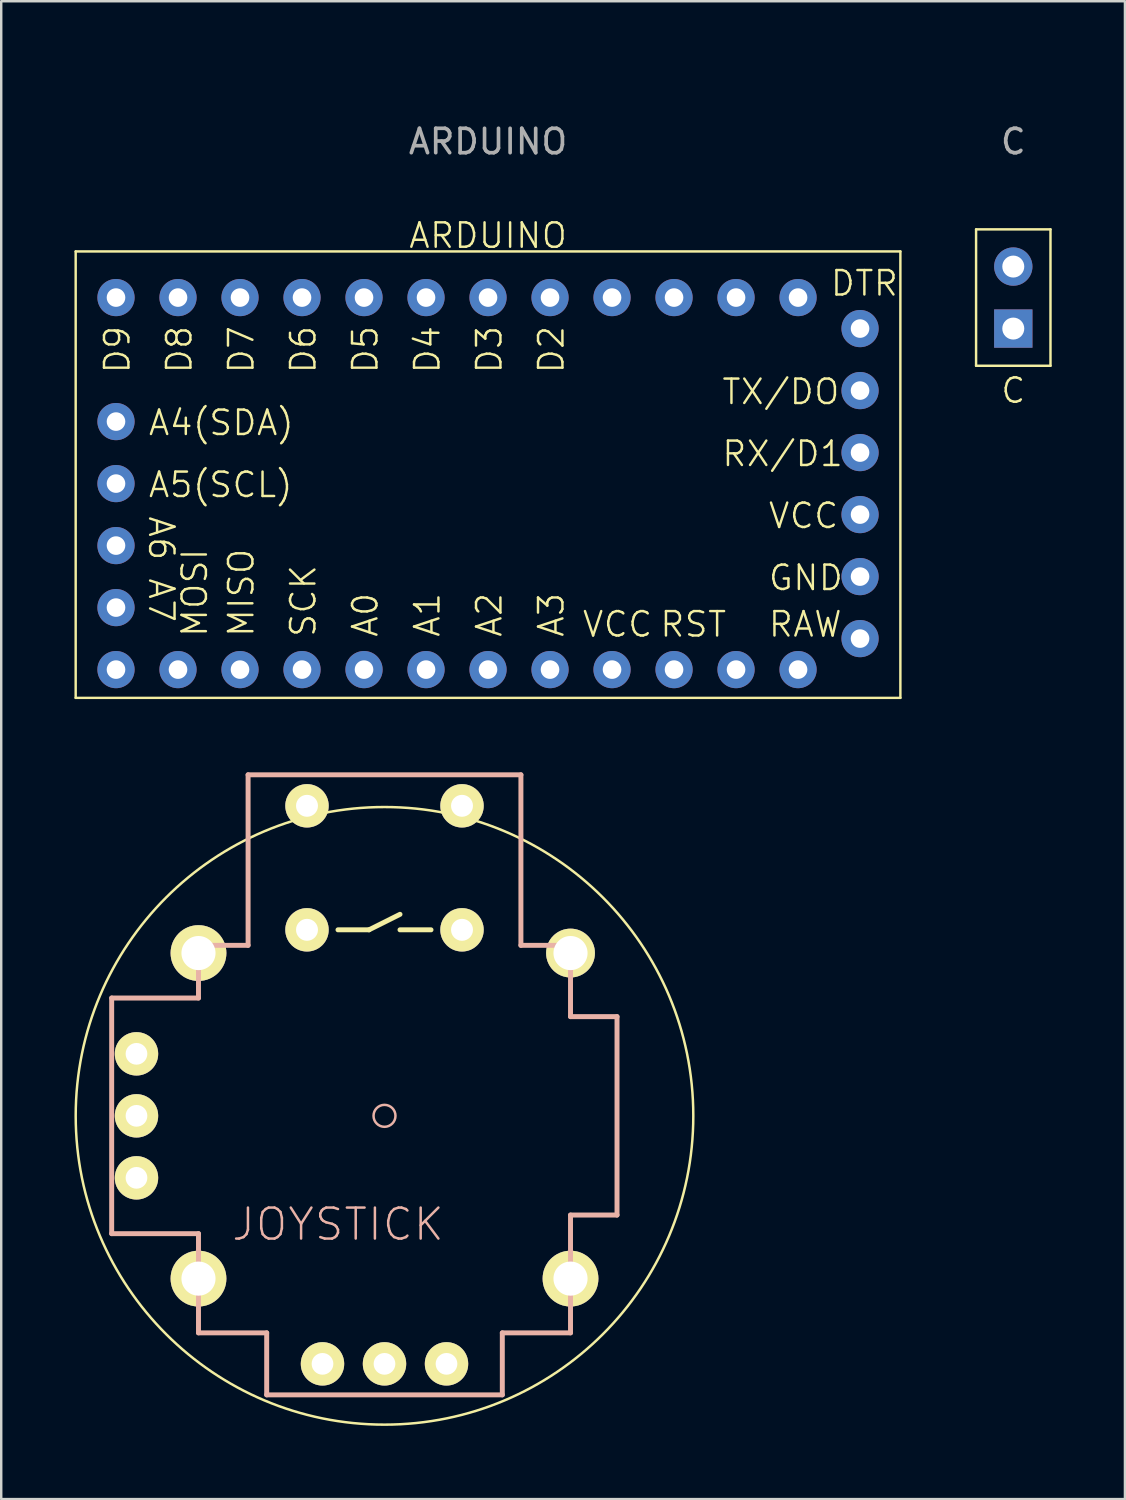
<source format=kicad_pcb>
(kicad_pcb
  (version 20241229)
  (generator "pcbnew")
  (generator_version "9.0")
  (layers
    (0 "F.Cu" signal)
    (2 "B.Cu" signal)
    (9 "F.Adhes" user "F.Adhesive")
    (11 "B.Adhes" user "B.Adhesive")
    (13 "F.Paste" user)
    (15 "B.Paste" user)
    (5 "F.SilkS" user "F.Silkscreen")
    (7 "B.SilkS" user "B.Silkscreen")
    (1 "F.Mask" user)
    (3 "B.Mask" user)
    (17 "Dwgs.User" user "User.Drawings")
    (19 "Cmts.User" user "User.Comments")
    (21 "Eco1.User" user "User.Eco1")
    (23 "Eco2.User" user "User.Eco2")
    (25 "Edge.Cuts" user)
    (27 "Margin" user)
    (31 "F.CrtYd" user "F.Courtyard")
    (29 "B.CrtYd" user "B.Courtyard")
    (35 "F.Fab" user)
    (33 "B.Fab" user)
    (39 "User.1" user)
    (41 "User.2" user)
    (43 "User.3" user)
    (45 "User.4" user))
  (footprint "ARDUINO"
    (layer "F.Cu")
    (at 16.942 0.25)
    (property "Reference" "ARDUINO" (at 0 6.35 0) (unlocked yes) (layer "F.SilkS") (effects (font (size 1 1) (thickness 0.1))))
    (attr through_hole)
    (fp_line (start -16.892 7) (end 16.892 7) (stroke (width 0.1) (type default)) (layer "F.SilkS"))
    (fp_line (start -16.892 25.288) (end -16.892 7) (stroke (width 0.1) (type default)) (layer "F.SilkS"))
    (fp_line (start 16.892 7) (end 16.892 25.288) (stroke (width 0.1) (type default)) (layer "F.SilkS"))
    (fp_line (start 16.892 25.288) (end -16.892 25.288) (stroke (width 0.1) (type default)) (layer "F.SilkS"))
    (fp_text user "TX/DO" (at 9.525 13.335 0) (unlocked yes) (layer "F.SilkS") (effects (font (size 1 1) (thickness 0.1)) (justify left bottom)))
    (fp_text user "D4" (at -1.905 12.065 90) (unlocked yes) (layer "F.SilkS") (effects (font (size 1 1) (thickness 0.1)) (justify left bottom)))
    (fp_text user "A4(SDA)" (at -13.97 14.605 0) (unlocked yes) (layer "F.SilkS") (effects (font (size 1 1) (thickness 0.1)) (justify left bottom)))
    (fp_text user "DTR" (at 13.97 8.89 0) (unlocked yes) (layer "F.SilkS") (effects (font (size 1 1) (thickness 0.1)) (justify left bottom)))
    (fp_text user "MOSI" (at -11.43 22.86 90) (unlocked yes) (layer "F.SilkS") (effects (font (size 1 1) (thickness 0.1)) (justify left bottom)))
    (fp_text user "A7" (at -13.97 20.32 270) (unlocked yes) (layer "F.SilkS") (effects (font (size 1 1) (thickness 0.1)) (justify left bottom)))
    (fp_text user "D5" (at -4.445 12.065 90) (unlocked yes) (layer "F.SilkS") (effects (font (size 1 1) (thickness 0.1)) (justify left bottom)))
    (fp_text user "D3" (at 0.635 12.065 90) (unlocked yes) (layer "F.SilkS") (effects (font (size 1 1) (thickness 0.1)) (justify left bottom)))
    (fp_text user "D8" (at -12.065 12.065 90) (unlocked yes) (layer "F.SilkS") (effects (font (size 1 1) (thickness 0.1)) (justify left bottom)))
    (fp_text user "VCC" (at 11.43 18.415 0) (unlocked yes) (layer "F.SilkS") (effects (font (size 1 1) (thickness 0.1)) (justify left bottom)))
    (fp_text user "A3" (at 3.175 22.86 90) (unlocked yes) (layer "F.SilkS") (effects (font (size 1 1) (thickness 0.1)) (justify left bottom)))
    (fp_text user "A1" (at -1.905 22.86 90) (unlocked yes) (layer "F.SilkS") (effects (font (size 1 1) (thickness 0.1)) (justify left bottom)))
    (fp_text user "RST" (at 6.985 22.86 0) (unlocked yes) (layer "F.SilkS") (effects (font (size 1 1) (thickness 0.1)) (justify left bottom)))
    (fp_text user "D7" (at -9.525 12.065 90) (unlocked yes) (layer "F.SilkS") (effects (font (size 1 1) (thickness 0.1)) (justify left bottom)))
    (fp_text user "D9" (at -14.605 12.065 90) (unlocked yes) (layer "F.SilkS") (effects (font (size 1 1) (thickness 0.1)) (justify left bottom)))
    (fp_text user "SCK" (at -6.985 22.86 90) (unlocked yes) (layer "F.SilkS") (effects (font (size 1 1) (thickness 0.1)) (justify left bottom)))
    (fp_text user "A6" (at -13.97 17.78 270) (unlocked yes) (layer "F.SilkS") (effects (font (size 1 1) (thickness 0.1)) (justify left bottom)))
    (fp_text user "D2" (at 3.175 12.065 90) (unlocked yes) (layer "F.SilkS") (effects (font (size 1 1) (thickness 0.1)) (justify left bottom)))
    (fp_text user "RX/D1" (at 9.525 15.875 0) (unlocked yes) (layer "F.SilkS") (effects (font (size 1 1) (thickness 0.1)) (justify left bottom)))
    (fp_text user "VCC" (at 3.81 22.86 0) (unlocked yes) (layer "F.SilkS") (effects (font (size 1 1) (thickness 0.1)) (justify left bottom)))
    (fp_text user "RAW" (at 11.43 22.86 0) (unlocked yes) (layer "F.SilkS") (effects (font (size 1 1) (thickness 0.1)) (justify left bottom)))
    (fp_text user "A0" (at -4.445 22.86 90) (unlocked yes) (layer "F.SilkS") (effects (font (size 1 1) (thickness 0.1)) (justify left bottom)))
    (fp_text user "A5(SCL)" (at -13.97 17.145 0) (unlocked yes) (layer "F.SilkS") (effects (font (size 1 1) (thickness 0.1)) (justify left bottom)))
    (fp_text user "A2" (at 0.635 22.86 90) (unlocked yes) (layer "F.SilkS") (effects (font (size 1 1) (thickness 0.1)) (justify left bottom)))
    (fp_text user "MISO" (at -9.525 22.86 90) (unlocked yes) (layer "F.SilkS") (effects (font (size 1 1) (thickness 0.1)) (justify left bottom)))
    (fp_text user "D6" (at -6.985 12.065 90) (unlocked yes) (layer "F.SilkS") (effects (font (size 1 1) (thickness 0.1)) (justify left bottom)))
    (fp_text user "GND" (at 11.43 20.955 0) (unlocked yes) (layer "F.SilkS") (effects (font (size 1 1) (thickness 0.1)) (justify left bottom)))
    (fp_text user "${REFERENCE}" (at 0 2.5 0) (unlocked yes) (layer "F.Fab") (effects (font (size 1 1) (thickness 0.15))))
    (pad "1" thru_hole circle (at -15.24 8.89) (size 1.524 1.524) (drill 0.762) (layers "*.Cu" "*.Mask"))
    (pad "2" thru_hole circle (at -12.7 8.89) (size 1.524 1.524) (drill 0.762) (layers "*.Cu" "*.Mask"))
    (pad "3" thru_hole circle (at -10.16 8.89) (size 1.524 1.524) (drill 0.762) (layers "*.Cu" "*.Mask"))
    (pad "4" thru_hole circle (at -7.62 8.89) (size 1.524 1.524) (drill 0.762) (layers "*.Cu" "*.Mask"))
    (pad "5" thru_hole circle (at -5.08 8.89) (size 1.524 1.524) (drill 0.762) (layers "*.Cu" "*.Mask"))
    (pad "6" thru_hole circle (at -2.54 8.89) (size 1.524 1.524) (drill 0.762) (layers "*.Cu" "*.Mask"))
    (pad "7" thru_hole circle (at 0 8.89) (size 1.524 1.524) (drill 0.762) (layers "*.Cu" "*.Mask"))
    (pad "8" thru_hole circle (at 2.54 8.89) (size 1.524 1.524) (drill 0.762) (layers "*.Cu" "*.Mask"))
    (pad "9" thru_hole circle (at 5.08 8.89) (size 1.524 1.524) (drill 0.762) (layers "*.Cu" "*.Mask"))
    (pad "10" thru_hole circle (at 7.62 8.89) (size 1.524 1.524) (drill 0.762) (layers "*.Cu" "*.Mask"))
    (pad "11" thru_hole circle (at 10.16 8.89) (size 1.524 1.524) (drill 0.762) (layers "*.Cu" "*.Mask"))
    (pad "12" thru_hole circle (at 12.7 8.89) (size 1.524 1.524) (drill 0.762) (layers "*.Cu" "*.Mask"))
    (pad "13" thru_hole circle (at 15.24 10.16) (size 1.524 1.524) (drill 0.762) (layers "*.Cu" "*.Mask"))
    (pad "14" thru_hole circle (at 15.24 12.7) (size 1.524 1.524) (drill 0.762) (layers "*.Cu" "*.Mask"))
    (pad "15" thru_hole circle (at 15.24 15.24) (size 1.524 1.524) (drill 0.762) (layers "*.Cu" "*.Mask"))
    (pad "16" thru_hole circle (at 15.24 17.78) (size 1.524 1.524) (drill 0.762) (layers "*.Cu" "*.Mask"))
    (pad "17" thru_hole circle (at 15.24 20.32) (size 1.524 1.524) (drill 0.762) (layers "*.Cu" "*.Mask"))
    (pad "18" thru_hole circle (at 15.24 22.86) (size 1.524 1.524) (drill 0.762) (layers "*.Cu" "*.Mask"))
    (pad "19" thru_hole circle (at 12.7 24.13) (size 1.524 1.524) (drill 0.762) (layers "*.Cu" "*.Mask"))
    (pad "20" thru_hole circle (at 10.16 24.13) (size 1.524 1.524) (drill 0.762) (layers "*.Cu" "*.Mask"))
    (pad "21" thru_hole circle (at 7.62 24.13) (size 1.524 1.524) (drill 0.762) (layers "*.Cu" "*.Mask"))
    (pad "22" thru_hole circle (at 5.08 24.13) (size 1.524 1.524) (drill 0.762) (layers "*.Cu" "*.Mask"))
    (pad "23" thru_hole circle (at 2.54 24.13) (size 1.524 1.524) (drill 0.762) (layers "*.Cu" "*.Mask"))
    (pad "24" thru_hole circle (at 0 24.13) (size 1.524 1.524) (drill 0.762) (layers "*.Cu" "*.Mask"))
    (pad "25" thru_hole circle (at -2.54 24.13) (size 1.524 1.524) (drill 0.762) (layers "*.Cu" "*.Mask"))
    (pad "26" thru_hole circle (at -5.08 24.13) (size 1.524 1.524) (drill 0.762) (layers "*.Cu" "*.Mask"))
    (pad "27" thru_hole circle (at -7.62 24.13) (size 1.524 1.524) (drill 0.762) (layers "*.Cu" "*.Mask"))
    (pad "28" thru_hole circle (at -10.16 24.13) (size 1.524 1.524) (drill 0.762) (layers "*.Cu" "*.Mask"))
    (pad "29" thru_hole circle (at -12.7 24.13) (size 1.524 1.524) (drill 0.762) (layers "*.Cu" "*.Mask"))
    (pad "30" thru_hole circle (at -15.24 24.13) (size 1.524 1.524) (drill 0.762) (layers "*.Cu" "*.Mask"))
    (pad "31" thru_hole circle (at -15.24 21.59) (size 1.524 1.524) (drill 0.762) (layers "*.Cu" "*.Mask"))
    (pad "32" thru_hole circle (at -15.24 19.05) (size 1.524 1.524) (drill 0.762) (layers "*.Cu" "*.Mask"))
    (pad "33" thru_hole circle (at -15.24 16.51) (size 1.524 1.524) (drill 0.762) (layers "*.Cu" "*.Mask"))
    (pad "34" thru_hole circle (at -15.24 13.97) (size 1.524 1.524) (drill 0.762) (layers "*.Cu" "*.Mask"))
    (zone (net_name "") (layer "F.SilkS") (hatch edge 0.5) (connect_pads) (min_thickness 0.25) (filled_areas_thickness no) (keepout (tracks allowed) (vias allowed) (pads not_allowed) (copperpour allowed) (footprints not_allowed)) (placement (enabled no)) (fill) (polygon (pts (xy 0.05 7.25) (xy 33.835 7.25) (xy 33.835 25.538) (xy 0.05 25.538)))))
  (footprint "C"
    (layer "F.Cu")
    (at 38.459 0.25)
    (property "Reference" "C" (at 0 12.7 0) (unlocked yes) (layer "F.SilkS") (effects (font (size 1 1) (thickness 0.1))))
    (attr through_hole)
    (fp_line (start -1.524 6.096) (end 1.524 6.096) (stroke (width 0.1) (type default)) (layer "F.SilkS"))
    (fp_line (start -1.524 11.684) (end -1.524 6.096) (stroke (width 0.1) (type default)) (layer "F.SilkS"))
    (fp_line (start 1.524 6.096) (end 1.524 11.684) (stroke (width 0.1) (type default)) (layer "F.SilkS"))
    (fp_line (start 1.524 11.684) (end -1.524 11.684) (stroke (width 0.1) (type default)) (layer "F.SilkS"))
    (fp_text user "${REFERENCE}" (at 0 2.5 0) (unlocked yes) (layer "F.Fab") (effects (font (size 1 1) (thickness 0.15))))
    (pad "1" thru_hole circle (at 0 7.62) (size 1.57 1.57) (drill 0.9) (layers "*.Cu" "*.Mask"))
    (pad "2" thru_hole rect (at 0 10.16) (size 1.57 1.57) (drill 0.9) (layers "*.Cu" "*.Mask"))
    (zone (net_name "") (layer "F.SilkS") (hatch edge 0.5) (connect_pads) (min_thickness 0.25) (filled_areas_thickness no) (keepout (tracks allowed) (vias allowed) (pads not_allowed) (copperpour allowed) (footprints not_allowed)) (placement (enabled no)) (fill) (polygon (pts (xy 36.935 6.346) (xy 39.983 6.346) (xy 39.983 11.934) (xy 36.935 11.934)))))
  (footprint "JOYSTICK"
    (layer "F.Cu")
    (at 12.701 42.66)
    (property "Reference" "JOYSTICK" (at -1.905 4.445 0) (layer "B.SilkS") (effects (font (size 1.27 1.27) (thickness 0.102))))
    (attr exclude_from_pos_files exclude_from_bom)
    (fp_line (start -1.905 -7.62) (end -0.635 -7.62) (stroke (width 0.203) (type solid)) (layer "F.SilkS"))
    (fp_line (start -0.635 -7.62) (end 0.635 -8.255) (stroke (width 0.203) (type solid)) (layer "F.SilkS"))
    (fp_line (start 0.635 -7.62) (end 1.905 -7.62) (stroke (width 0.203) (type solid)) (layer "F.SilkS"))
    (fp_circle (center 0 0) (end 12.65 0) (stroke (width 0.102) (type solid)) (fill no) (layer "F.SilkS"))
    (fp_line (start -11.176 -4.826) (end -11.176 4.826) (stroke (width 0.203) (type solid)) (layer "B.SilkS"))
    (fp_line (start -7.62 -4.826) (end -11.176 -4.826) (stroke (width 0.203) (type solid)) (layer "B.SilkS"))
    (fp_line (start -7.62 -4.826) (end -7.62 -6.985) (stroke (width 0.203) (type solid)) (layer "B.SilkS"))
    (fp_line (start -7.62 4.826) (end -11.176 4.826) (stroke (width 0.203) (type solid)) (layer "B.SilkS"))
    (fp_line (start -7.62 4.826) (end -7.62 8.89) (stroke (width 0.203) (type solid)) (layer "B.SilkS"))
    (fp_line (start -5.588 -13.97) (end -5.588 -6.985) (stroke (width 0.203) (type solid)) (layer "B.SilkS"))
    (fp_line (start -5.588 -6.985) (end -7.62 -6.985) (stroke (width 0.203) (type solid)) (layer "B.SilkS"))
    (fp_line (start -4.826 8.89) (end -7.62 8.89) (stroke (width 0.203) (type solid)) (layer "B.SilkS"))
    (fp_line (start -4.826 11.43) (end -4.826 8.89) (stroke (width 0.203) (type solid)) (layer "B.SilkS"))
    (fp_line (start 4.826 8.89) (end 7.62 8.89) (stroke (width 0.203) (type solid)) (layer "B.SilkS"))
    (fp_line (start 4.826 11.43) (end -4.826 11.43) (stroke (width 0.203) (type solid)) (layer "B.SilkS"))
    (fp_line (start 4.826 11.43) (end 4.826 8.89) (stroke (width 0.203) (type solid)) (layer "B.SilkS"))
    (fp_line (start 5.588 -13.97) (end -5.588 -13.97) (stroke (width 0.203) (type solid)) (layer "B.SilkS"))
    (fp_line (start 5.588 -13.97) (end 5.588 -6.985) (stroke (width 0.203) (type solid)) (layer "B.SilkS"))
    (fp_line (start 7.62 -6.985) (end 5.588 -6.985) (stroke (width 0.203) (type solid)) (layer "B.SilkS"))
    (fp_line (start 7.62 -4.064) (end 7.62 -6.985) (stroke (width 0.203) (type solid)) (layer "B.SilkS"))
    (fp_line (start 7.62 -4.064) (end 9.525 -4.064) (stroke (width 0.203) (type solid)) (layer "B.SilkS"))
    (fp_line (start 7.62 4.064) (end 7.62 8.89) (stroke (width 0.203) (type solid)) (layer "B.SilkS"))
    (fp_line (start 7.62 4.064) (end 9.525 4.064) (stroke (width 0.203) (type solid)) (layer "B.SilkS"))
    (fp_line (start 9.525 -4.064) (end 9.525 4.064) (stroke (width 0.203) (type solid)) (layer "B.SilkS"))
    (fp_circle (center 0 0) (end -0.318 0.318) (stroke (width 0.102) (type solid)) (fill no) (layer "B.SilkS"))
    (pad "1" thru_hole circle (at -2.54 10.16) (size 1.778 1.778) (drill 0.889) (layers "*.Cu" "F.Mask" "F.SilkS" "F.Paste"))
    (pad "2" thru_hole circle (at 0 10.16) (size 1.778 1.778) (drill 0.889) (layers "*.Cu" "F.Mask" "F.SilkS" "F.Paste"))
    (pad "3" thru_hole circle (at 2.54 10.16) (size 1.778 1.778) (drill 0.889) (layers "*.Cu" "F.Mask" "F.SilkS" "F.Paste"))
    (pad "4" thru_hole circle (at -10.16 -2.54) (size 1.778 1.778) (drill 0.889) (layers "*.Cu" "F.Mask" "F.SilkS" "F.Paste"))
    (pad "5" thru_hole circle (at -10.16 0) (size 1.778 1.778) (drill 0.889) (layers "*.Cu" "F.Mask" "F.SilkS" "F.Paste"))
    (pad "6" thru_hole circle (at -10.16 2.54) (size 1.778 1.778) (drill 0.889) (layers "*.Cu" "F.Mask" "F.SilkS" "F.Paste"))
    (pad "7" thru_hole circle (at -3.175 -7.62) (size 1.778 1.778) (drill 0.899) (layers "*.Cu" "F.Mask" "F.SilkS" "F.Paste"))
    (pad "8" thru_hole circle (at 3.175 -7.62) (size 1.778 1.778) (drill 0.899) (layers "*.Cu" "F.Mask" "F.SilkS" "F.Paste"))
    (pad "9" thru_hole circle (at 3.175 -12.7) (size 1.778 1.778) (drill 0.899) (layers "*.Cu" "F.Mask" "F.SilkS" "F.Paste"))
    (pad "10" thru_hole circle (at -3.175 -12.7) (size 1.778 1.778) (drill 0.899) (layers "*.Cu" "F.Mask" "F.SilkS" "F.Paste"))
    (pad "MOUN" thru_hole circle (at -7.62 -6.668) (size 2.286 2.286) (drill 1.397) (layers "*.Cu" "F.Mask" "F.SilkS" "F.Paste"))
    (pad "MOUN" thru_hole circle (at -7.62 6.668) (size 2.286 2.286) (drill 1.397) (layers "*.Cu" "F.Mask" "F.SilkS" "F.Paste"))
    (pad "MOUN" thru_hole circle (at 7.62 -6.668) (size 2 2) (drill 1.397) (layers "*.Cu" "F.Mask" "F.SilkS" "F.Paste"))
    (pad "MOUN" thru_hole circle (at 7.62 6.668) (size 2.286 2.286) (drill 1.397) (layers "*.Cu" "F.Mask" "F.SilkS" "F.Paste")))
  (gr_rect
    (start -3 -3)
    (end 43.033 58.36)
    (stroke (width 0.1) (type default))
    (fill no)
    (layer "Edge.Cuts")))
</source>
